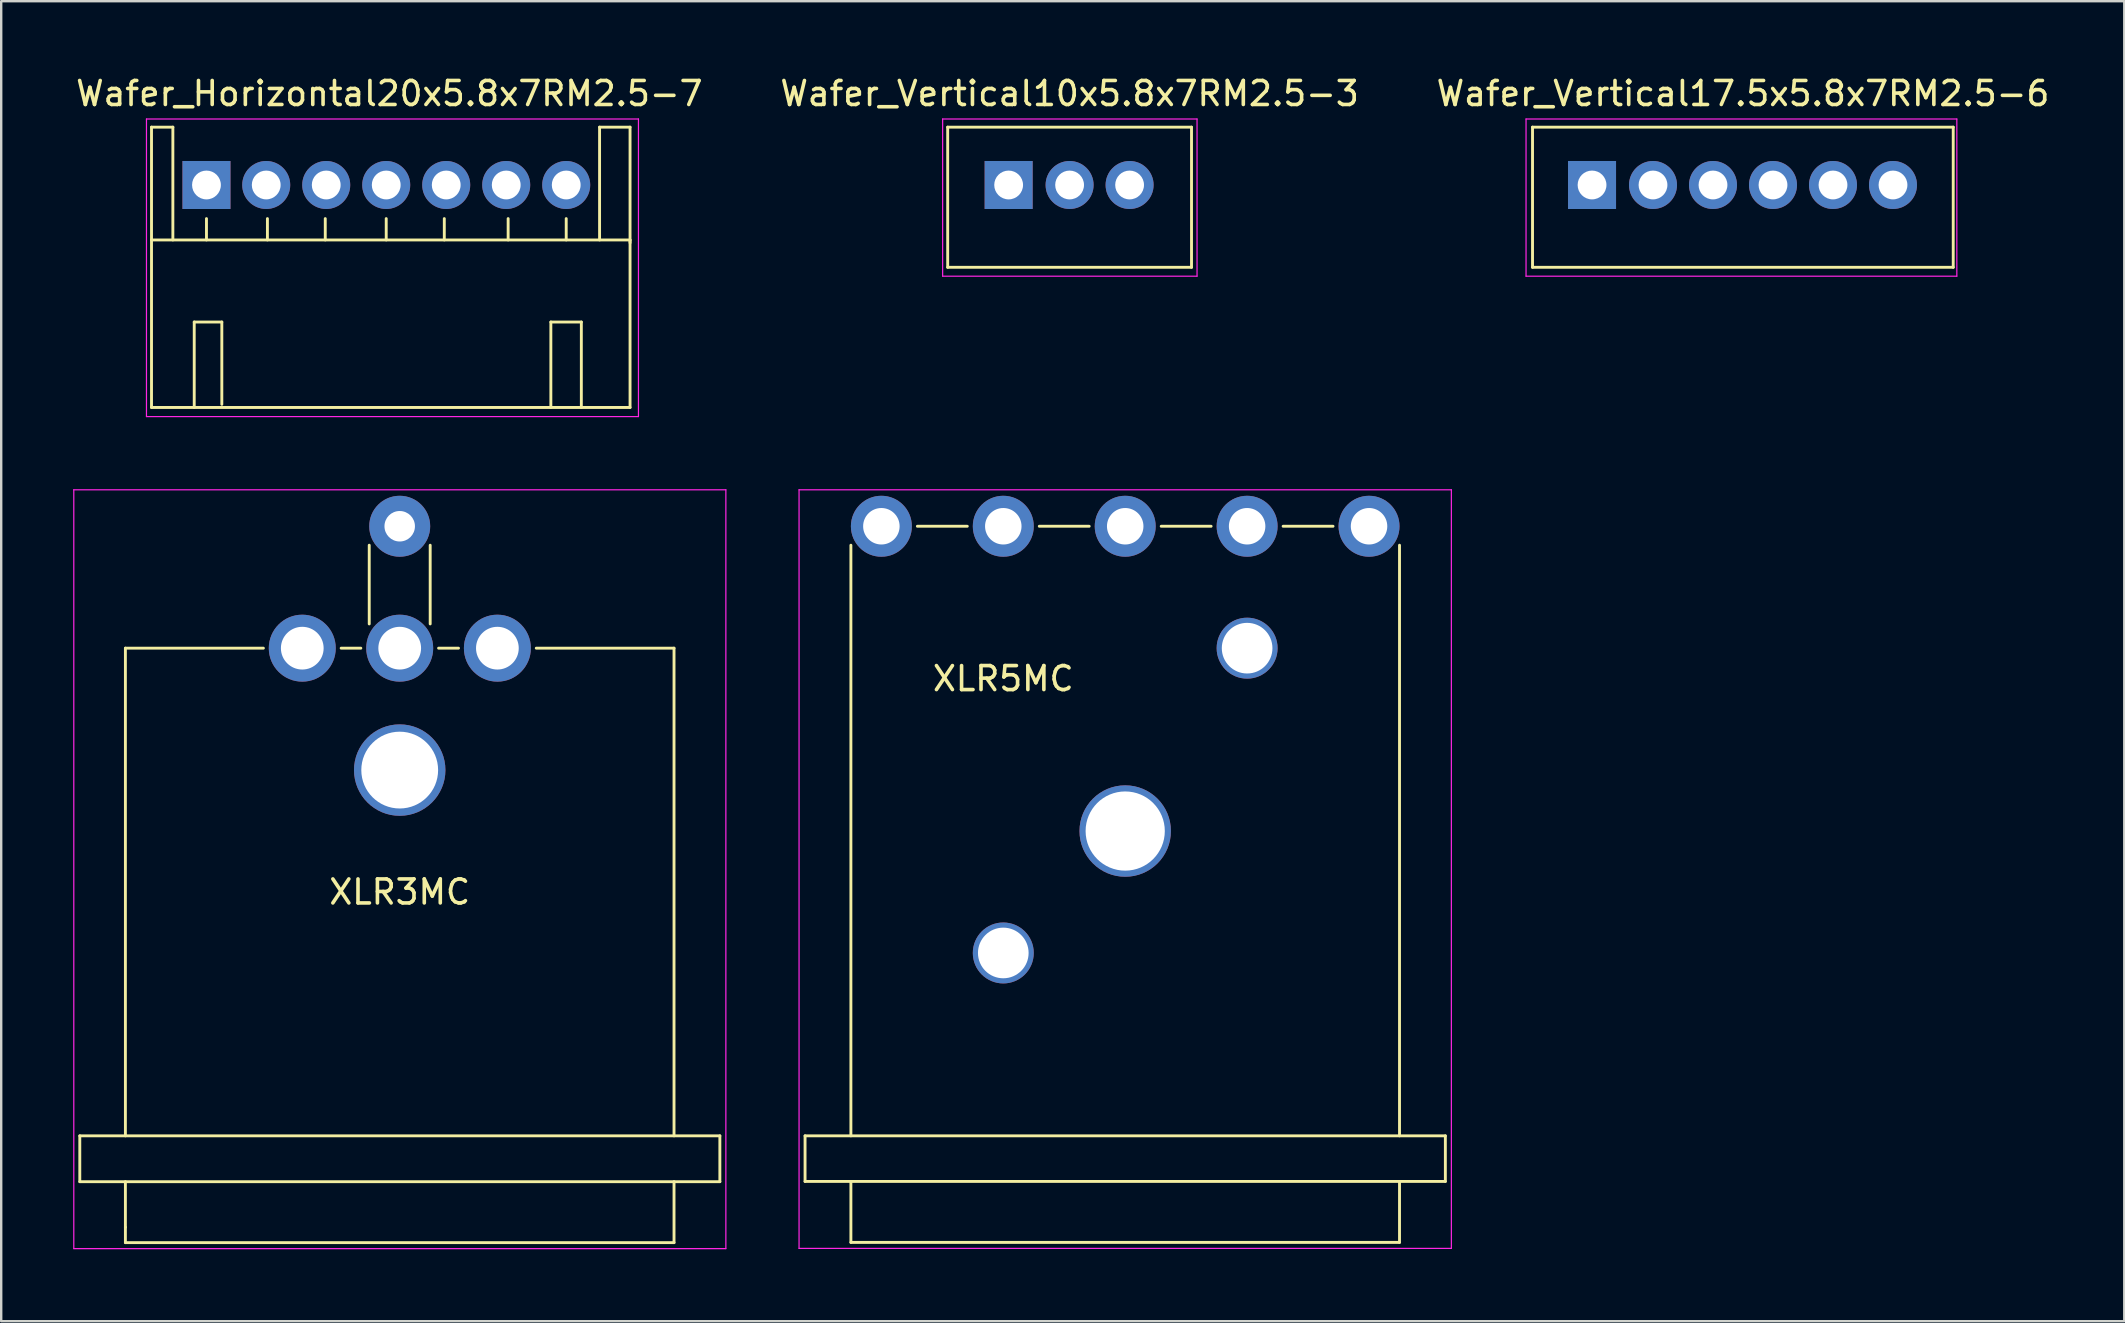
<source format=kicad_pcb>
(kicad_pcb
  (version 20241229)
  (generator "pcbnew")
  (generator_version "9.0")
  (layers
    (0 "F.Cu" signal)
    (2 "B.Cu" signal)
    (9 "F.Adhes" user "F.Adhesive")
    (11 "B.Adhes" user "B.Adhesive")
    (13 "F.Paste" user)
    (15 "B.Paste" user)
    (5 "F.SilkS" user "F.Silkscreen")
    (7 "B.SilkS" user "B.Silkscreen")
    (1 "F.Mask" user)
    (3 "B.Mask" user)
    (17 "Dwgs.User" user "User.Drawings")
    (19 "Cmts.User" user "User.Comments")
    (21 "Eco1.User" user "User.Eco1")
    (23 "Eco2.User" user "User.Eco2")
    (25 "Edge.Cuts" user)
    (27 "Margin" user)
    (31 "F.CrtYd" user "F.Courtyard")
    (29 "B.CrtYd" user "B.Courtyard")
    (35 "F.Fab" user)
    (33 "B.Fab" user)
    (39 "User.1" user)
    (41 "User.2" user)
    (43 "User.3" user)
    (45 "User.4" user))
  (footprint "Wafer_Horizontal20x5.8x7RM2.5-7"
    (layer "F.Cu")
    (at 5.553 4.658)
    (property "Reference" "Wafer_Horizontal20x5.8x7RM2.5-7" (at 7.62 -3.81 0) (layer "F.SilkS") (effects (font (size 1 1) (thickness 0.15))))
    (attr through_hole)
    (fp_line (start -2.29 -2.41) (end -1.4 -2.41) (stroke (width 0.12) (type solid)) (layer "F.SilkS"))
    (fp_line (start -2.29 2.29) (end -2.29 -2.41) (stroke (width 0.12) (type solid)) (layer "F.SilkS"))
    (fp_line (start -2.29 2.29) (end 17.65 2.29) (stroke (width 0.12) (type solid)) (layer "F.SilkS"))
    (fp_line (start -2.29 9.27) (end -2.29 2.29) (stroke (width 0.12) (type solid)) (layer "F.SilkS"))
    (fp_line (start -1.4 -2.41) (end -1.4 2.29) (stroke (width 0.12) (type solid)) (layer "F.SilkS"))
    (fp_line (start -0.51 5.71) (end 0.64 5.71) (stroke (width 0.12) (type solid)) (layer "F.SilkS"))
    (fp_line (start -0.51 9.27) (end -0.51 5.71) (stroke (width 0.12) (type solid)) (layer "F.SilkS"))
    (fp_line (start 0 2.29) (end 0 1.4) (stroke (width 0.12) (type solid)) (layer "F.SilkS"))
    (fp_line (start 0.64 5.71) (end 0.64 9.14) (stroke (width 0.12) (type solid)) (layer "F.SilkS"))
    (fp_line (start 2.54 2.29) (end 2.54 1.4) (stroke (width 0.12) (type solid)) (layer "F.SilkS"))
    (fp_line (start 4.95 2.29) (end 4.95 1.4) (stroke (width 0.12) (type solid)) (layer "F.SilkS"))
    (fp_line (start 7.49 2.29) (end 7.49 1.4) (stroke (width 0.12) (type solid)) (layer "F.SilkS"))
    (fp_line (start 9.91 2.29) (end 9.91 1.4) (stroke (width 0.12) (type solid)) (layer "F.SilkS"))
    (fp_line (start 12.57 2.29) (end 12.57 1.4) (stroke (width 0.12) (type solid)) (layer "F.SilkS"))
    (fp_line (start 14.35 5.71) (end 15.62 5.71) (stroke (width 0.12) (type solid)) (layer "F.SilkS"))
    (fp_line (start 14.35 9.27) (end 14.35 5.71) (stroke (width 0.12) (type solid)) (layer "F.SilkS"))
    (fp_line (start 14.99 2.29) (end 14.99 1.4) (stroke (width 0.12) (type solid)) (layer "F.SilkS"))
    (fp_line (start 15.62 5.71) (end 15.62 9.27) (stroke (width 0.12) (type solid)) (layer "F.SilkS"))
    (fp_line (start 16.38 -2.41) (end 16.38 2.29) (stroke (width 0.12) (type solid)) (layer "F.SilkS"))
    (fp_line (start 17.65 -2.41) (end 16.38 -2.41) (stroke (width 0.12) (type solid)) (layer "F.SilkS"))
    (fp_line (start 17.65 2.29) (end 17.65 9.27) (stroke (width 0.12) (type solid)) (layer "F.SilkS"))
    (fp_line (start 17.65 2.41) (end 17.65 -2.41) (stroke (width 0.12) (type solid)) (layer "F.SilkS"))
    (fp_line (start 17.65 9.27) (end -2.29 9.27) (stroke (width 0.12) (type solid)) (layer "F.SilkS"))
    (fp_line (start -2.5 -2.75) (end 18 -2.75) (stroke (width 0.05) (type solid)) (layer "F.CrtYd"))
    (fp_line (start -2.5 9.65) (end -2.5 -2.75) (stroke (width 0.05) (type solid)) (layer "F.CrtYd"))
    (fp_line (start 18 -2.75) (end 18 9.65) (stroke (width 0.05) (type solid)) (layer "F.CrtYd"))
    (fp_line (start 18 9.65) (end -2.5 9.65) (stroke (width 0.05) (type solid)) (layer "F.CrtYd"))
    (pad "1" thru_hole rect (at 0 0) (size 2 2) (drill 1.2) (layers "*.Cu" "*.Mask"))
    (pad "2" thru_hole circle (at 2.49 0) (size 2 2) (drill 1.2) (layers "*.Cu" "*.Mask"))
    (pad "3" thru_hole circle (at 4.99 0) (size 2 2) (drill 1.2) (layers "*.Cu" "*.Mask"))
    (pad "4" thru_hole circle (at 7.49 0) (size 2 2) (drill 1.2) (layers "*.Cu" "*.Mask"))
    (pad "5" thru_hole circle (at 9.99 0) (size 2 2) (drill 1.2) (layers "*.Cu" "*.Mask"))
    (pad "6" thru_hole circle (at 12.49 0) (size 2 2) (drill 1.2) (layers "*.Cu" "*.Mask"))
    (pad "7" thru_hole circle (at 14.99 0) (size 2 2) (drill 1.2) (layers "*.Cu" "*.Mask")))
  (footprint "Wafer_Vertical17.5x5.8x7RM2.5-6"
    (layer "F.Cu")
    (at 63.287 4.658)
    (property "Reference" "Wafer_Vertical17.5x5.8x7RM2.5-6" (at 6.29 -3.81 0) (layer "F.SilkS") (effects (font (size 1 1) (thickness 0.15))))
    (attr through_hole)
    (fp_line (start -2.48 -2.41) (end -2.48 3.43) (stroke (width 0.12) (type solid)) (layer "F.SilkS"))
    (fp_line (start -2.48 -2.41) (end 15.05 -2.41) (stroke (width 0.12) (type solid)) (layer "F.SilkS"))
    (fp_line (start 15.05 -2.41) (end 15.05 3.43) (stroke (width 0.12) (type solid)) (layer "F.SilkS"))
    (fp_line (start 15.05 3.43) (end -2.48 3.43) (stroke (width 0.12) (type solid)) (layer "F.SilkS"))
    (fp_line (start -2.75 -2.75) (end 15.2 -2.75) (stroke (width 0.05) (type solid)) (layer "F.CrtYd"))
    (fp_line (start -2.75 3.8) (end -2.75 -2.75) (stroke (width 0.05) (type solid)) (layer "F.CrtYd"))
    (fp_line (start 15.2 -2.75) (end 15.2 3.8) (stroke (width 0.05) (type solid)) (layer "F.CrtYd"))
    (fp_line (start 15.2 3.8) (end -2.75 3.8) (stroke (width 0.05) (type solid)) (layer "F.CrtYd"))
    (pad "1" thru_hole rect (at 0 0) (size 2 2) (drill 1.2) (layers "*.Cu" "*.Mask"))
    (pad "2" thru_hole circle (at 2.54 0) (size 2 2) (drill 1.2) (layers "*.Cu" "*.Mask"))
    (pad "3" thru_hole circle (at 5.04 0) (size 2 2) (drill 1.2) (layers "*.Cu" "*.Mask"))
    (pad "4" thru_hole circle (at 7.54 0) (size 2 2) (drill 1.2) (layers "*.Cu" "*.Mask"))
    (pad "5" thru_hole circle (at 10.04 0) (size 2 2) (drill 1.2) (layers "*.Cu" "*.Mask"))
    (pad "6" thru_hole circle (at 12.54 0) (size 2 2) (drill 1.2) (layers "*.Cu" "*.Mask")))
  (footprint "XLR5MC"
    (layer "F.Cu")
    (at 33.675 18.878)
    (property "Reference" "XLR5MC" (at 5.08 6.35 0) (layer "F.SilkS") (effects (font (size 1 1) (thickness 0.15))))
    (attr through_hole)
    (fp_line (start -3.18 25.4) (end 23.5 25.4) (stroke (width 0.12) (type solid)) (layer "F.SilkS"))
    (fp_line (start -3.18 27.3) (end -3.18 25.4) (stroke (width 0.12) (type solid)) (layer "F.SilkS"))
    (fp_line (start -1.27 0.79) (end -1.27 25.4) (stroke (width 0.12) (type solid)) (layer "F.SilkS"))
    (fp_line (start -1.27 29.84) (end -1.27 27.3) (stroke (width 0.12) (type solid)) (layer "F.SilkS"))
    (fp_line (start 1.5 0) (end 3.58 0) (stroke (width 0.12) (type solid)) (layer "F.SilkS"))
    (fp_line (start 6.58 0) (end 8.66 0) (stroke (width 0.12) (type solid)) (layer "F.SilkS"))
    (fp_line (start 11.66 0) (end 13.74 0) (stroke (width 0.12) (type solid)) (layer "F.SilkS"))
    (fp_line (start 16.74 0) (end 18.82 0) (stroke (width 0.12) (type solid)) (layer "F.SilkS"))
    (fp_line (start 21.59 0.79) (end 21.59 25.4) (stroke (width 0.12) (type solid)) (layer "F.SilkS"))
    (fp_line (start 21.59 27.3) (end 21.59 29.84) (stroke (width 0.12) (type solid)) (layer "F.SilkS"))
    (fp_line (start 21.59 29.84) (end -1.27 29.84) (stroke (width 0.12) (type solid)) (layer "F.SilkS"))
    (fp_line (start 23.5 27.3) (end -3.18 27.3) (stroke (width 0.12) (type solid)) (layer "F.SilkS"))
    (fp_line (start 23.5 27.3) (end 23.5 25.4) (stroke (width 0.12) (type solid)) (layer "F.SilkS"))
    (fp_line (start -3.43 -1.52) (end -3.43 30.09) (stroke (width 0.05) (type solid)) (layer "F.CrtYd"))
    (fp_line (start -3.43 -1.52) (end 23.75 -1.52) (stroke (width 0.05) (type solid)) (layer "F.CrtYd"))
    (fp_line (start 23.75 30.09) (end -3.43 30.09) (stroke (width 0.05) (type solid)) (layer "F.CrtYd"))
    (fp_line (start 23.75 30.09) (end 23.75 -1.52) (stroke (width 0.05) (type solid)) (layer "F.CrtYd"))
    (pad "" thru_hole circle (at 5.08 17.78) (size 2.54 2.54) (drill 2.11) (layers "*.Cu" "*.Mask"))
    (pad "" thru_hole circle (at 10.16 12.7) (size 3.81 3.81) (drill 3.3) (layers "*.Cu" "*.Mask"))
    (pad "" thru_hole circle (at 15.24 5.08) (size 2.54 2.54) (drill 2.11) (layers "*.Cu" "*.Mask"))
    (pad "1" thru_hole circle (at 0 0) (size 2.54 2.54) (drill 1.52) (layers "*.Cu" "*.Mask"))
    (pad "2" thru_hole circle (at 5.08 0) (size 2.54 2.54) (drill 1.52) (layers "*.Cu" "*.Mask"))
    (pad "3" thru_hole circle (at 10.16 0) (size 2.54 2.54) (drill 1.52) (layers "*.Cu" "*.Mask"))
    (pad "4" thru_hole circle (at 15.24 0) (size 2.54 2.54) (drill 1.52) (layers "*.Cu" "*.Mask"))
    (pad "5" thru_hole circle (at 20.32 0) (size 2.54 2.54) (drill 1.52) (layers "*.Cu" "*.Mask")))
  (footprint "Wafer_Vertical10x5.8x7RM2.5-3"
    (layer "F.Cu")
    (at 38.978 4.658)
    (property "Reference" "Wafer_Vertical10x5.8x7RM2.5-3" (at 2.54 -3.81 0) (layer "F.SilkS") (effects (font (size 1 1) (thickness 0.15))))
    (attr through_hole)
    (fp_line (start -2.54 -2.41) (end -2.54 3.43) (stroke (width 0.12) (type solid)) (layer "F.SilkS"))
    (fp_line (start -2.54 -2.41) (end 7.62 -2.41) (stroke (width 0.12) (type solid)) (layer "F.SilkS"))
    (fp_line (start 7.62 -2.41) (end 7.62 3.43) (stroke (width 0.12) (type solid)) (layer "F.SilkS"))
    (fp_line (start 7.62 3.43) (end -2.54 3.43) (stroke (width 0.12) (type solid)) (layer "F.SilkS"))
    (fp_line (start -2.75 -2.75) (end 7.85 -2.75) (stroke (width 0.05) (type solid)) (layer "F.CrtYd"))
    (fp_line (start -2.75 3.8) (end -2.75 -2.75) (stroke (width 0.05) (type solid)) (layer "F.CrtYd"))
    (fp_line (start 7.85 -2.75) (end 7.85 3.8) (stroke (width 0.05) (type solid)) (layer "F.CrtYd"))
    (fp_line (start 7.85 3.8) (end -2.75 3.8) (stroke (width 0.05) (type solid)) (layer "F.CrtYd"))
    (pad "1" thru_hole rect (at 0 0) (size 2 2) (drill 1.2) (layers "*.Cu" "*.Mask"))
    (pad "2" thru_hole circle (at 2.54 0) (size 2 2) (drill 1.2) (layers "*.Cu" "*.Mask"))
    (pad "3" thru_hole circle (at 5.04 0) (size 2 2) (drill 1.2) (layers "*.Cu" "*.Mask")))
  (footprint "XLR3MC"
    (layer "F.Cu")
    (at 9.545 23.958)
    (property "Reference" "XLR3MC" (at 4.06 10.16 0) (layer "F.SilkS") (effects (font (size 1 1) (thickness 0.15))))
    (attr through_hole)
    (fp_line (start -9.27 20.32) (end -9.27 22.23) (stroke (width 0.12) (type solid)) (layer "F.SilkS"))
    (fp_line (start -9.27 22.23) (end 17.4 22.23) (stroke (width 0.12) (type solid)) (layer "F.SilkS"))
    (fp_line (start -7.37 0) (end -7.37 20.32) (stroke (width 0.12) (type solid)) (layer "F.SilkS"))
    (fp_line (start -7.37 0) (end -1.62 0) (stroke (width 0.12) (type solid)) (layer "F.SilkS"))
    (fp_line (start -7.37 22.23) (end -7.37 24.13) (stroke (width 0.12) (type solid)) (layer "F.SilkS"))
    (fp_line (start -7.37 24.13) (end -7.37 24.77) (stroke (width 0.12) (type solid)) (layer "F.SilkS"))
    (fp_line (start -7.37 24.77) (end 15.49 24.77) (stroke (width 0.12) (type solid)) (layer "F.SilkS"))
    (fp_line (start 1.62 0) (end 2.44 0) (stroke (width 0.12) (type solid)) (layer "F.SilkS"))
    (fp_line (start 2.79 -4.29) (end 2.79 -1.01) (stroke (width 0.12) (type solid)) (layer "F.SilkS"))
    (fp_line (start 5.33 -4.29) (end 5.33 -1.01) (stroke (width 0.12) (type solid)) (layer "F.SilkS"))
    (fp_line (start 5.68 0) (end 6.51 0) (stroke (width 0.12) (type solid)) (layer "F.SilkS"))
    (fp_line (start 9.75 0) (end 15.49 0) (stroke (width 0.12) (type solid)) (layer "F.SilkS"))
    (fp_line (start 15.49 0) (end 15.49 20.32) (stroke (width 0.12) (type solid)) (layer "F.SilkS"))
    (fp_line (start 15.49 24.77) (end 15.49 22.23) (stroke (width 0.12) (type solid)) (layer "F.SilkS"))
    (fp_line (start 17.4 20.32) (end -9.27 20.32) (stroke (width 0.12) (type solid)) (layer "F.SilkS"))
    (fp_line (start 17.4 22.23) (end 17.4 20.32) (stroke (width 0.12) (type solid)) (layer "F.SilkS"))
    (fp_line (start -9.52 -6.6) (end -9.52 25.02) (stroke (width 0.05) (type solid)) (layer "F.CrtYd"))
    (fp_line (start -9.52 -6.6) (end 17.65 -6.6) (stroke (width 0.05) (type solid)) (layer "F.CrtYd"))
    (fp_line (start 17.65 25.02) (end -9.52 25.02) (stroke (width 0.05) (type solid)) (layer "F.CrtYd"))
    (fp_line (start 17.65 25.02) (end 17.65 -6.6) (stroke (width 0.05) (type solid)) (layer "F.CrtYd"))
    (pad "" thru_hole circle (at 4.06 5.08) (size 3.81 3.81) (drill 3.2) (layers "*.Cu" "*.Mask"))
    (pad "1" thru_hole circle (at 0 0) (size 2.79 2.79) (drill 1.78) (layers "*.Cu" "*.Mask"))
    (pad "2" thru_hole circle (at 8.13 0) (size 2.79 2.79) (drill 1.78) (layers "*.Cu" "*.Mask"))
    (pad "3" thru_hole circle (at 4.06 0) (size 2.79 2.79) (drill 1.78) (layers "*.Cu" "*.Mask"))
    (pad "4" thru_hole circle (at 4.06 -5.08) (size 2.54 2.54) (drill 1.27) (layers "*.Cu" "*.Mask")))
  (gr_rect
    (start -3 -3)
    (end 85.464 52.003)
    (stroke (width 0.1) (type default))
    (fill no)
    (layer "Edge.Cuts")))
</source>
